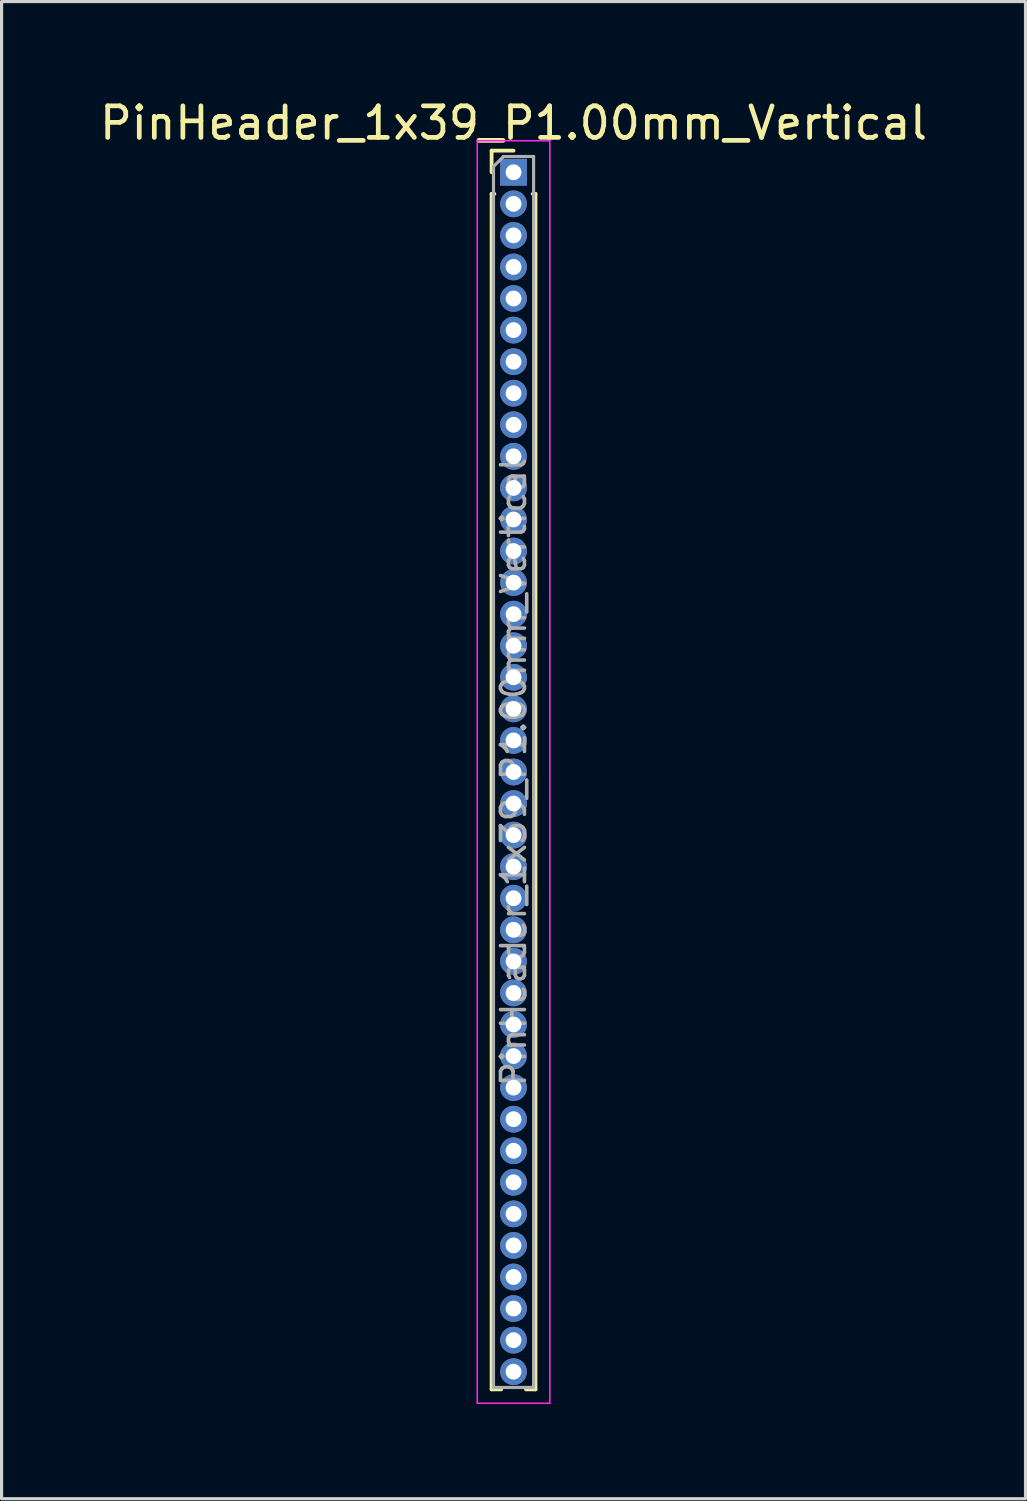
<source format=kicad_pcb>
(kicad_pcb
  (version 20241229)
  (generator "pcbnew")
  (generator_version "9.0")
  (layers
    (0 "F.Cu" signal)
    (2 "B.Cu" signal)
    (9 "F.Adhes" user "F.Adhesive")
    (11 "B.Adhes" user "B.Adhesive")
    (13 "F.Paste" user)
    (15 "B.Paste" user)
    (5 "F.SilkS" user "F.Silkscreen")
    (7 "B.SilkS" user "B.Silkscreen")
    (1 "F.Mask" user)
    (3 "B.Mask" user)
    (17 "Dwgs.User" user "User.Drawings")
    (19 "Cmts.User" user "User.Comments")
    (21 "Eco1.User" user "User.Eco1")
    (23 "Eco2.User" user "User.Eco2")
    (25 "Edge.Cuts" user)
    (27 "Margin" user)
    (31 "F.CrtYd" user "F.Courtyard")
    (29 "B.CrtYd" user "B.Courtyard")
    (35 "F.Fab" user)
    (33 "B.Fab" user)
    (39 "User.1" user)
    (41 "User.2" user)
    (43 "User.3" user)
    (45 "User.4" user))
  (footprint "PinHeader_1x39_P1.00mm_Vertical"
    (layer "F.Cu")
    (at 13.22 2.408)
    (property "Reference" "PinHeader_1x39_P1.00mm_Vertical" (at 0 -1.56 0) (layer "F.SilkS") (effects (font (size 1 1) (thickness 0.15))))
    (attr through_hole)
    (fp_line (start -0.695 -0.685) (end 0 -0.685) (stroke (width 0.12) (type solid)) (layer "F.SilkS"))
    (fp_line (start -0.695 0) (end -0.695 -0.685) (stroke (width 0.12) (type solid)) (layer "F.SilkS"))
    (fp_line (start -0.695 0.685) (end -0.695 38.56) (stroke (width 0.12) (type solid)) (layer "F.SilkS"))
    (fp_line (start -0.695 0.685) (end -0.608 0.685) (stroke (width 0.12) (type solid)) (layer "F.SilkS"))
    (fp_line (start -0.695 38.56) (end -0.394 38.56) (stroke (width 0.12) (type solid)) (layer "F.SilkS"))
    (fp_line (start 0.394 38.56) (end 0.695 38.56) (stroke (width 0.12) (type solid)) (layer "F.SilkS"))
    (fp_line (start 0.608 0.685) (end 0.695 0.685) (stroke (width 0.12) (type solid)) (layer "F.SilkS"))
    (fp_line (start 0.695 0.685) (end 0.695 38.56) (stroke (width 0.12) (type solid)) (layer "F.SilkS"))
    (fp_line (start -1.15 -1) (end -1.15 39) (stroke (width 0.05) (type solid)) (layer "F.CrtYd"))
    (fp_line (start -1.15 39) (end 1.15 39) (stroke (width 0.05) (type solid)) (layer "F.CrtYd"))
    (fp_line (start 1.15 -1) (end -1.15 -1) (stroke (width 0.05) (type solid)) (layer "F.CrtYd"))
    (fp_line (start 1.15 39) (end 1.15 -1) (stroke (width 0.05) (type solid)) (layer "F.CrtYd"))
    (fp_line (start -0.635 -0.182) (end -0.318 -0.5) (stroke (width 0.1) (type solid)) (layer "F.Fab"))
    (fp_line (start -0.635 38.5) (end -0.635 -0.182) (stroke (width 0.1) (type solid)) (layer "F.Fab"))
    (fp_line (start -0.318 -0.5) (end 0.635 -0.5) (stroke (width 0.1) (type solid)) (layer "F.Fab"))
    (fp_line (start 0.635 -0.5) (end 0.635 38.5) (stroke (width 0.1) (type solid)) (layer "F.Fab"))
    (fp_line (start 0.635 38.5) (end -0.635 38.5) (stroke (width 0.1) (type solid)) (layer "F.Fab"))
    (fp_text user "${REFERENCE}" (at 0 19 90) (layer "F.Fab") (effects (font (size 0.76 0.76) (thickness 0.114))))
    (pad "1" thru_hole rect (at 0 0) (size 0.85 0.85) (drill 0.5) (layers "*.Cu" "*.Mask"))
    (pad "2" thru_hole oval (at 0 1) (size 0.85 0.85) (drill 0.5) (layers "*.Cu" "*.Mask"))
    (pad "3" thru_hole oval (at 0 2) (size 0.85 0.85) (drill 0.5) (layers "*.Cu" "*.Mask"))
    (pad "4" thru_hole oval (at 0 3) (size 0.85 0.85) (drill 0.5) (layers "*.Cu" "*.Mask"))
    (pad "5" thru_hole oval (at 0 4) (size 0.85 0.85) (drill 0.5) (layers "*.Cu" "*.Mask"))
    (pad "6" thru_hole oval (at 0 5) (size 0.85 0.85) (drill 0.5) (layers "*.Cu" "*.Mask"))
    (pad "7" thru_hole oval (at 0 6) (size 0.85 0.85) (drill 0.5) (layers "*.Cu" "*.Mask"))
    (pad "8" thru_hole oval (at 0 7) (size 0.85 0.85) (drill 0.5) (layers "*.Cu" "*.Mask"))
    (pad "9" thru_hole oval (at 0 8) (size 0.85 0.85) (drill 0.5) (layers "*.Cu" "*.Mask"))
    (pad "10" thru_hole oval (at 0 9) (size 0.85 0.85) (drill 0.5) (layers "*.Cu" "*.Mask"))
    (pad "11" thru_hole oval (at 0 10) (size 0.85 0.85) (drill 0.5) (layers "*.Cu" "*.Mask"))
    (pad "12" thru_hole oval (at 0 11) (size 0.85 0.85) (drill 0.5) (layers "*.Cu" "*.Mask"))
    (pad "13" thru_hole oval (at 0 12) (size 0.85 0.85) (drill 0.5) (layers "*.Cu" "*.Mask"))
    (pad "14" thru_hole oval (at 0 13) (size 0.85 0.85) (drill 0.5) (layers "*.Cu" "*.Mask"))
    (pad "15" thru_hole oval (at 0 14) (size 0.85 0.85) (drill 0.5) (layers "*.Cu" "*.Mask"))
    (pad "16" thru_hole oval (at 0 15) (size 0.85 0.85) (drill 0.5) (layers "*.Cu" "*.Mask"))
    (pad "17" thru_hole oval (at 0 16) (size 0.85 0.85) (drill 0.5) (layers "*.Cu" "*.Mask"))
    (pad "18" thru_hole oval (at 0 17) (size 0.85 0.85) (drill 0.5) (layers "*.Cu" "*.Mask"))
    (pad "19" thru_hole oval (at 0 18) (size 0.85 0.85) (drill 0.5) (layers "*.Cu" "*.Mask"))
    (pad "20" thru_hole oval (at 0 19) (size 0.85 0.85) (drill 0.5) (layers "*.Cu" "*.Mask"))
    (pad "21" thru_hole oval (at 0 20) (size 0.85 0.85) (drill 0.5) (layers "*.Cu" "*.Mask"))
    (pad "22" thru_hole oval (at 0 21) (size 0.85 0.85) (drill 0.5) (layers "*.Cu" "*.Mask"))
    (pad "23" thru_hole oval (at 0 22) (size 0.85 0.85) (drill 0.5) (layers "*.Cu" "*.Mask"))
    (pad "24" thru_hole oval (at 0 23) (size 0.85 0.85) (drill 0.5) (layers "*.Cu" "*.Mask"))
    (pad "25" thru_hole oval (at 0 24) (size 0.85 0.85) (drill 0.5) (layers "*.Cu" "*.Mask"))
    (pad "26" thru_hole oval (at 0 25) (size 0.85 0.85) (drill 0.5) (layers "*.Cu" "*.Mask"))
    (pad "27" thru_hole oval (at 0 26) (size 0.85 0.85) (drill 0.5) (layers "*.Cu" "*.Mask"))
    (pad "28" thru_hole oval (at 0 27) (size 0.85 0.85) (drill 0.5) (layers "*.Cu" "*.Mask"))
    (pad "29" thru_hole oval (at 0 28) (size 0.85 0.85) (drill 0.5) (layers "*.Cu" "*.Mask"))
    (pad "30" thru_hole oval (at 0 29) (size 0.85 0.85) (drill 0.5) (layers "*.Cu" "*.Mask"))
    (pad "31" thru_hole oval (at 0 30) (size 0.85 0.85) (drill 0.5) (layers "*.Cu" "*.Mask"))
    (pad "32" thru_hole oval (at 0 31) (size 0.85 0.85) (drill 0.5) (layers "*.Cu" "*.Mask"))
    (pad "33" thru_hole oval (at 0 32) (size 0.85 0.85) (drill 0.5) (layers "*.Cu" "*.Mask"))
    (pad "34" thru_hole oval (at 0 33) (size 0.85 0.85) (drill 0.5) (layers "*.Cu" "*.Mask"))
    (pad "35" thru_hole oval (at 0 34) (size 0.85 0.85) (drill 0.5) (layers "*.Cu" "*.Mask"))
    (pad "36" thru_hole oval (at 0 35) (size 0.85 0.85) (drill 0.5) (layers "*.Cu" "*.Mask"))
    (pad "37" thru_hole oval (at 0 36) (size 0.85 0.85) (drill 0.5) (layers "*.Cu" "*.Mask"))
    (pad "38" thru_hole oval (at 0 37) (size 0.85 0.85) (drill 0.5) (layers "*.Cu" "*.Mask"))
    (pad "39" thru_hole oval (at 0 38) (size 0.85 0.85) (drill 0.5) (layers "*.Cu" "*.Mask")))
  (gr_rect
    (start -3 -3)
    (end 29.44 44.433)
    (stroke (width 0.1) (type default))
    (fill no)
    (layer "Edge.Cuts")))
</source>
